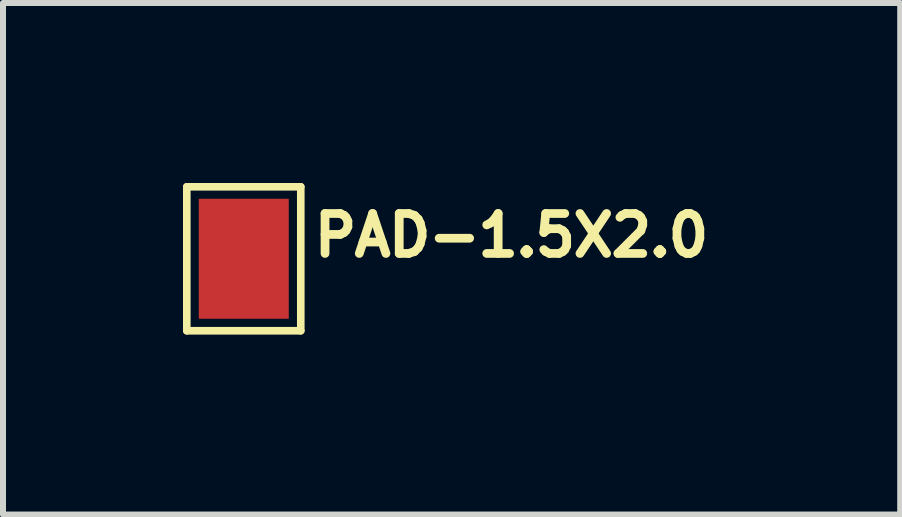
<source format=kicad_pcb>
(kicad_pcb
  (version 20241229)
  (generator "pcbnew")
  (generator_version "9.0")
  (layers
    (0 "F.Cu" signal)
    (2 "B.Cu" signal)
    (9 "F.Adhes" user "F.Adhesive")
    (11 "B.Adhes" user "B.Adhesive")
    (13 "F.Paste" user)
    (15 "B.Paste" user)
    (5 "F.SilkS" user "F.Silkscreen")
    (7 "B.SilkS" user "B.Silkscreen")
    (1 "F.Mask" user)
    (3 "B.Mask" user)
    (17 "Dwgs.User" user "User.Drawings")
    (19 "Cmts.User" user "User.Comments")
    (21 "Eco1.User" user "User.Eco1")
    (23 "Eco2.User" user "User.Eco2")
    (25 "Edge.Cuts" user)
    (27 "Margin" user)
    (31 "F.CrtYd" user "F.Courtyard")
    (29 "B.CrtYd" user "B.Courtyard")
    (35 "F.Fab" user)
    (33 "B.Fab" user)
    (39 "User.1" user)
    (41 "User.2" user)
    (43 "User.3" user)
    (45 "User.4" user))
  (footprint "PAD-1.5X2.0"
    (layer "F.Cu")
    (at 1.014 1.264)
    (property "Reference" "PAD-1.5X2.0" (at 1.1 0 0) (layer "F.SilkS") (effects (font (size 0.666 0.666) (thickness 0.146)) (justify left bottom)))
    (fp_line (start -0.95 -1.2) (end 0.95 -1.2) (stroke (width 0.127) (type solid)) (layer "F.SilkS"))
    (fp_line (start -0.95 1.2) (end -0.95 -1.2) (stroke (width 0.127) (type solid)) (layer "F.SilkS"))
    (fp_line (start 0.95 -1.2) (end 0.95 1.2) (stroke (width 0.127) (type solid)) (layer "F.SilkS"))
    (fp_line (start 0.95 1.2) (end -0.95 1.2) (stroke (width 0.127) (type solid)) (layer "F.SilkS"))
    (pad "P$1" smd rect (at 0 0) (size 1.5 2) (layers "F.Cu" "F.Mask")))
  (gr_rect
    (start -3 -3)
    (end 11.957 5.527)
    (stroke (width 0.1) (type default))
    (fill no)
    (layer "Edge.Cuts")))
</source>
